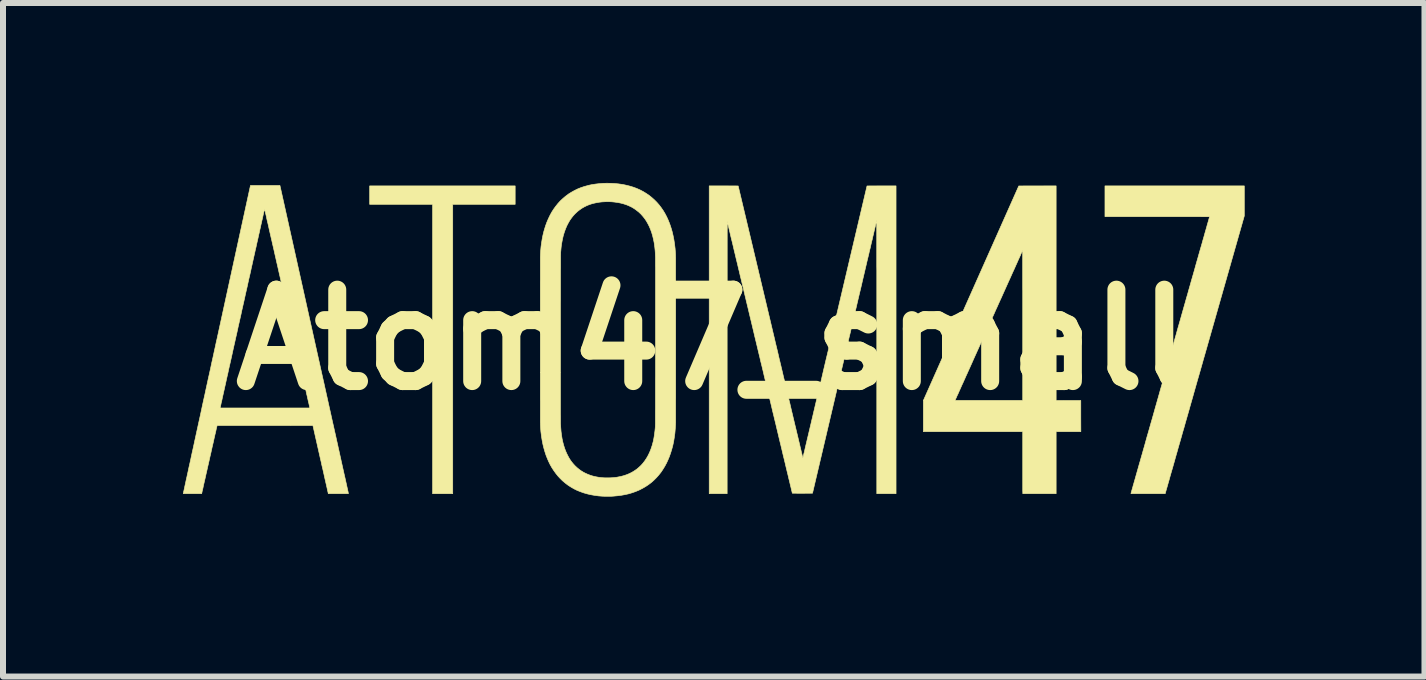
<source format=kicad_pcb>
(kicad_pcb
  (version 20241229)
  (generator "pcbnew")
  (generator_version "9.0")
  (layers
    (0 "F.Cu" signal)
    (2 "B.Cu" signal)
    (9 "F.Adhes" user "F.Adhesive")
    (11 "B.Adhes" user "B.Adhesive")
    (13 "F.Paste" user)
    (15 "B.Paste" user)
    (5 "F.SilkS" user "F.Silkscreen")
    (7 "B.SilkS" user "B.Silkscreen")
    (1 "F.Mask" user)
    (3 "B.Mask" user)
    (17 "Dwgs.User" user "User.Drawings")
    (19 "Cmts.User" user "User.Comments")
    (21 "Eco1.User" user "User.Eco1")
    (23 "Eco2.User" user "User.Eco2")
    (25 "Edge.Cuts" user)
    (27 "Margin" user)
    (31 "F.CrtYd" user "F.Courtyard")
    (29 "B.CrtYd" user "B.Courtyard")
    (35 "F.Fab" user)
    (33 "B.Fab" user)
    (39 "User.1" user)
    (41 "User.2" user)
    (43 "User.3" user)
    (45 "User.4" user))
  (footprint "Atom47_small"
    (layer "F.Cu")
    (at 8.85 2.614)
    (property "Reference" "Atom47_small" (at 0 0 0) (layer "F.SilkS") (effects (font (size 1.524 1.524) (thickness 0.3))))
    (attr through_hole)
    (fp_poly (pts (xy -3.311 -2.257) (xy -4.352 -2.257) (xy -4.352 2.567) (xy -4.688 2.567) (xy -4.688 -2.257) (xy -5.737 -2.257) (xy -5.737 -2.565) (xy -3.311 -2.565) (xy -3.311 -2.257)) (stroke (width 0.01) (type solid)) (fill yes) (layer "F.SilkS"))
    (fp_poly (pts (xy 5.708 1.012) (xy 5.913 1.013) (xy 6.119 1.013) (xy 6.119 1.273) (xy 6.12 1.533) (xy 5.708 1.533) (xy 5.708 2.567) (xy 5.43 2.567) (xy 5.399 2.567) (xy 5.369 2.567) (xy 5.339 2.567) (xy 5.311 2.567) (xy 5.285 2.567) (xy 5.261 2.567) (xy 5.238 2.567) (xy 5.218 2.567) (xy 5.2 2.567) (xy 5.184 2.567) (xy 5.172 2.566) (xy 5.162 2.566) (xy 5.155 2.566) (xy 5.152 2.566) (xy 5.152 2.566) (xy 5.152 2.564) (xy 5.152 2.559) (xy 5.152 2.55) (xy 5.152 2.538) (xy 5.151 2.523) (xy 5.151 2.505) (xy 5.151 2.485) (xy 5.151 2.461) (xy 5.151 2.436) (xy 5.151 2.408) (xy 5.151 2.377) (xy 5.151 2.345) (xy 5.151 2.311) (xy 5.151 2.275) (xy 5.151 2.238) (xy 5.151 2.199) (xy 5.151 2.158) (xy 5.151 2.117) (xy 5.151 2.074) (xy 5.151 2.049) (xy 5.151 1.533) (xy 3.494 1.533) (xy 3.494 1.013) (xy 3.495 1.012) (xy 4.022 1.012) (xy 5.151 1.012) (xy 5.151 -0.24) (xy 5.151 -0.309) (xy 5.151 -0.377) (xy 5.151 -0.443) (xy 5.151 -0.509) (xy 5.151 -0.573) (xy 5.151 -0.636) (xy 5.151 -0.697) (xy 5.151 -0.757) (xy 5.151 -0.815) (xy 5.15 -0.871) (xy 5.15 -0.925) (xy 5.15 -0.978) (xy 5.15 -1.028) (xy 5.15 -1.076) (xy 5.15 -1.122) (xy 5.15 -1.166) (xy 5.15 -1.208) (xy 5.15 -1.246) (xy 5.15 -1.283) (xy 5.15 -1.317) (xy 5.15 -1.348) (xy 5.15 -1.376) (xy 5.15 -1.401) (xy 5.15 -1.423) (xy 5.15 -1.443) (xy 5.149 -1.459) (xy 5.149 -1.471) (xy 5.149 -1.481) (xy 5.149 -1.487) (xy 5.149 -1.489) (xy 5.149 -1.49) (xy 5.148 -1.488) (xy 5.146 -1.483) (xy 5.142 -1.475) (xy 5.137 -1.464) (xy 5.131 -1.45) (xy 5.123 -1.433) (xy 5.115 -1.413) (xy 5.105 -1.391) (xy 5.094 -1.367) (xy 5.081 -1.339) (xy 5.068 -1.31) (xy 5.054 -1.278) (xy 5.039 -1.245) (xy 5.023 -1.209) (xy 5.006 -1.171) (xy 4.988 -1.132) (xy 4.969 -1.09) (xy 4.95 -1.047) (xy 4.93 -1.003) (xy 4.909 -0.957) (xy 4.888 -0.91) (xy 4.866 -0.861) (xy 4.844 -0.812) (xy 4.821 -0.761) (xy 4.798 -0.709) (xy 4.774 -0.657) (xy 4.75 -0.604) (xy 4.726 -0.55) (xy 4.701 -0.496) (xy 4.677 -0.441) (xy 4.652 -0.386) (xy 4.627 -0.33) (xy 4.602 -0.275) (xy 4.577 -0.219) (xy 4.552 -0.163) (xy 4.527 -0.108) (xy 4.502 -0.053) (xy 4.477 0.002) (xy 4.452 0.057) (xy 4.428 0.111) (xy 4.404 0.164) (xy 4.38 0.217) (xy 4.357 0.268) (xy 4.334 0.319) (xy 4.312 0.369) (xy 4.29 0.418) (xy 4.269 0.465) (xy 4.248 0.511) (xy 4.228 0.556) (xy 4.208 0.599) (xy 4.19 0.64) (xy 4.172 0.68) (xy 4.155 0.718) (xy 4.138 0.754) (xy 4.123 0.788) (xy 4.109 0.82) (xy 4.095 0.85) (xy 4.083 0.878) (xy 4.072 0.903) (xy 4.061 0.925) (xy 4.052 0.945) (xy 4.045 0.962) (xy 4.038 0.977) (xy 4.033 0.988) (xy 4.029 0.997) (xy 4.027 1.002) (xy 4.026 1.005) (xy 4.022 1.012) (xy 3.495 1.012) (xy 4.29 -0.776) (xy 5.085 -2.564) (xy 5.708 -2.565) (xy 5.708 1.012)) (stroke (width 0.01) (type solid)) (fill yes) (layer "F.SilkS"))
    (fp_poly (pts (xy 8.845 -2.064) (xy 8.189 0.239) (xy 8.163 0.329) (xy 8.138 0.418) (xy 8.113 0.506) (xy 8.088 0.593) (xy 8.063 0.679) (xy 8.039 0.764) (xy 8.015 0.848) (xy 7.992 0.93) (xy 7.969 1.011) (xy 7.946 1.091) (xy 7.924 1.17) (xy 7.902 1.247) (xy 7.88 1.323) (xy 7.859 1.397) (xy 7.839 1.469) (xy 7.818 1.539) (xy 7.799 1.608) (xy 7.78 1.675) (xy 7.761 1.74) (xy 7.743 1.803) (xy 7.726 1.864) (xy 7.709 1.923) (xy 7.693 1.979) (xy 7.678 2.034) (xy 7.663 2.086) (xy 7.649 2.136) (xy 7.635 2.183) (xy 7.622 2.228) (xy 7.61 2.27) (xy 7.599 2.309) (xy 7.589 2.346) (xy 7.579 2.38) (xy 7.57 2.412) (xy 7.562 2.44) (xy 7.555 2.465) (xy 7.548 2.488) (xy 7.543 2.507) (xy 7.538 2.523) (xy 7.535 2.536) (xy 7.532 2.546) (xy 7.53 2.552) (xy 7.529 2.555) (xy 7.529 2.555) (xy 7.526 2.567) (xy 7.24 2.567) (xy 7.201 2.567) (xy 7.165 2.567) (xy 7.133 2.567) (xy 7.104 2.567) (xy 7.078 2.567) (xy 7.055 2.567) (xy 7.035 2.567) (xy 7.018 2.567) (xy 7.002 2.567) (xy 6.99 2.567) (xy 6.979 2.566) (xy 6.971 2.566) (xy 6.964 2.566) (xy 6.96 2.566) (xy 6.957 2.565) (xy 6.955 2.565) (xy 6.955 2.565) (xy 6.955 2.563) (xy 6.957 2.558) (xy 6.959 2.549) (xy 6.963 2.537) (xy 6.967 2.522) (xy 6.972 2.504) (xy 6.978 2.483) (xy 6.985 2.459) (xy 6.992 2.432) (xy 7.001 2.402) (xy 7.01 2.37) (xy 7.02 2.335) (xy 7.031 2.297) (xy 7.042 2.257) (xy 7.054 2.215) (xy 7.067 2.17) (xy 7.08 2.123) (xy 7.094 2.074) (xy 7.109 2.023) (xy 7.124 1.969) (xy 7.14 1.914) (xy 7.156 1.857) (xy 7.173 1.798) (xy 7.19 1.738) (xy 7.207 1.676) (xy 7.225 1.612) (xy 7.244 1.547) (xy 7.263 1.481) (xy 7.282 1.413) (xy 7.302 1.344) (xy 7.322 1.274) (xy 7.342 1.203) (xy 7.362 1.131) (xy 7.383 1.058) (xy 7.404 0.984) (xy 7.425 0.91) (xy 7.446 0.834) (xy 7.468 0.759) (xy 7.49 0.682) (xy 7.512 0.606) (xy 7.533 0.528) (xy 7.555 0.451) (xy 7.577 0.373) (xy 7.6 0.296) (xy 7.622 0.218) (xy 7.644 0.14) (xy 7.666 0.063) (xy 7.688 -0.015) (xy 7.71 -0.092) (xy 7.731 -0.169) (xy 7.753 -0.245) (xy 7.775 -0.321) (xy 7.796 -0.396) (xy 7.817 -0.47) (xy 7.838 -0.544) (xy 7.859 -0.617) (xy 7.879 -0.689) (xy 7.9 -0.76) (xy 7.919 -0.83) (xy 7.939 -0.899) (xy 7.958 -0.967) (xy 7.977 -1.033) (xy 7.996 -1.099) (xy 8.014 -1.162) (xy 8.031 -1.224) (xy 8.048 -1.285) (xy 8.065 -1.343) (xy 8.081 -1.4) (xy 8.097 -1.456) (xy 8.112 -1.509) (xy 8.127 -1.56) (xy 8.141 -1.609) (xy 8.154 -1.656) (xy 8.167 -1.701) (xy 8.179 -1.743) (xy 8.19 -1.783) (xy 8.201 -1.821) (xy 8.211 -1.856) (xy 8.22 -1.888) (xy 8.228 -1.918) (xy 8.236 -1.945) (xy 8.243 -1.969) (xy 8.249 -1.99) (xy 8.254 -2.008) (xy 8.258 -2.023) (xy 8.261 -2.035) (xy 8.264 -2.044) (xy 8.265 -2.049) (xy 8.266 -2.051) (xy 8.266 -2.051) (xy 8.264 -2.051) (xy 8.259 -2.051) (xy 8.25 -2.051) (xy 8.238 -2.051) (xy 8.223 -2.051) (xy 8.205 -2.051) (xy 8.183 -2.051) (xy 8.159 -2.051) (xy 8.132 -2.051) (xy 8.103 -2.052) (xy 8.071 -2.052) (xy 8.037 -2.052) (xy 8 -2.052) (xy 7.961 -2.052) (xy 7.92 -2.052) (xy 7.877 -2.052) (xy 7.832 -2.052) (xy 7.786 -2.052) (xy 7.738 -2.052) (xy 7.688 -2.052) (xy 7.637 -2.052) (xy 7.584 -2.052) (xy 7.531 -2.052) (xy 7.476 -2.052) (xy 7.421 -2.052) (xy 6.522 -2.052) (xy 6.522 -2.565) (xy 8.845 -2.565) (xy 8.845 -2.064)) (stroke (width 0.01) (type solid)) (fill yes) (layer "F.SilkS"))
    (fp_poly (pts (xy 3.039 2.567) (xy 2.718 2.567) (xy 2.718 0.288) (xy 2.718 0.197) (xy 2.718 0.107) (xy 2.718 0.018) (xy 2.718 -0.07) (xy 2.718 -0.157) (xy 2.718 -0.243) (xy 2.718 -0.327) (xy 2.718 -0.411) (xy 2.718 -0.493) (xy 2.718 -0.573) (xy 2.718 -0.652) (xy 2.718 -0.73) (xy 2.718 -0.805) (xy 2.718 -0.88) (xy 2.718 -0.952) (xy 2.718 -1.023) (xy 2.718 -1.091) (xy 2.718 -1.158) (xy 2.717 -1.223) (xy 2.717 -1.285) (xy 2.717 -1.345) (xy 2.717 -1.404) (xy 2.717 -1.459) (xy 2.717 -1.513) (xy 2.717 -1.564) (xy 2.717 -1.612) (xy 2.717 -1.658) (xy 2.717 -1.701) (xy 2.717 -1.742) (xy 2.717 -1.779) (xy 2.717 -1.814) (xy 2.717 -1.846) (xy 2.717 -1.875) (xy 2.717 -1.901) (xy 2.717 -1.923) (xy 2.717 -1.943) (xy 2.717 -1.959) (xy 2.717 -1.972) (xy 2.717 -1.981) (xy 2.717 -1.987) (xy 2.717 -1.99) (xy 2.717 -1.99) (xy 2.716 -1.988) (xy 2.715 -1.983) (xy 2.713 -1.974) (xy 2.71 -1.962) (xy 2.706 -1.947) (xy 2.702 -1.928) (xy 2.697 -1.907) (xy 2.691 -1.882) (xy 2.684 -1.854) (xy 2.677 -1.824) (xy 2.669 -1.79) (xy 2.661 -1.754) (xy 2.651 -1.715) (xy 2.642 -1.673) (xy 2.631 -1.629) (xy 2.62 -1.582) (xy 2.609 -1.532) (xy 2.596 -1.481) (xy 2.584 -1.427) (xy 2.57 -1.37) (xy 2.556 -1.312) (xy 2.542 -1.251) (xy 2.527 -1.188) (xy 2.512 -1.123) (xy 2.496 -1.056) (xy 2.48 -0.988) (xy 2.464 -0.917) (xy 2.447 -0.845) (xy 2.429 -0.771) (xy 2.411 -0.695) (xy 2.393 -0.618) (xy 2.375 -0.54) (xy 2.356 -0.46) (xy 2.337 -0.378) (xy 2.317 -0.296) (xy 2.298 -0.212) (xy 2.278 -0.127) (xy 2.257 -0.041) (xy 2.237 0.047) (xy 2.216 0.135) (xy 2.195 0.224) (xy 2.181 0.285) (xy 1.646 2.559) (xy 1.479 2.56) (xy 1.454 2.56) (xy 1.431 2.56) (xy 1.409 2.56) (xy 1.388 2.56) (xy 1.37 2.559) (xy 1.353 2.559) (xy 1.339 2.559) (xy 1.327 2.559) (xy 1.318 2.559) (xy 1.312 2.559) (xy 1.31 2.559) (xy 1.31 2.559) (xy 1.309 2.557) (xy 1.308 2.552) (xy 1.306 2.543) (xy 1.303 2.531) (xy 1.299 2.516) (xy 1.295 2.497) (xy 1.29 2.476) (xy 1.284 2.451) (xy 1.277 2.423) (xy 1.27 2.393) (xy 1.262 2.359) (xy 1.253 2.323) (xy 1.244 2.284) (xy 1.234 2.242) (xy 1.223 2.198) (xy 1.212 2.151) (xy 1.2 2.102) (xy 1.188 2.05) (xy 1.175 1.996) (xy 1.161 1.94) (xy 1.147 1.881) (xy 1.133 1.821) (xy 1.118 1.758) (xy 1.102 1.693) (xy 1.086 1.626) (xy 1.07 1.558) (xy 1.053 1.487) (xy 1.036 1.415) (xy 1.018 1.341) (xy 1 1.266) (xy 0.981 1.189) (xy 0.963 1.111) (xy 0.944 1.031) (xy 0.924 0.949) (xy 0.904 0.867) (xy 0.884 0.783) (xy 0.864 0.698) (xy 0.843 0.612) (xy 0.823 0.525) (xy 0.802 0.437) (xy 0.78 0.349) (xy 0.768 0.295) (xy 0.746 0.205) (xy 0.725 0.117) (xy 0.704 0.029) (xy 0.683 -0.057) (xy 0.663 -0.143) (xy 0.643 -0.227) (xy 0.623 -0.311) (xy 0.603 -0.393) (xy 0.584 -0.473) (xy 0.565 -0.553) (xy 0.546 -0.631) (xy 0.528 -0.707) (xy 0.51 -0.782) (xy 0.493 -0.855) (xy 0.475 -0.927) (xy 0.459 -0.996) (xy 0.442 -1.064) (xy 0.427 -1.13) (xy 0.411 -1.194) (xy 0.397 -1.256) (xy 0.382 -1.316) (xy 0.368 -1.374) (xy 0.355 -1.43) (xy 0.342 -1.483) (xy 0.33 -1.534) (xy 0.319 -1.582) (xy 0.308 -1.628) (xy 0.297 -1.671) (xy 0.287 -1.712) (xy 0.278 -1.75) (xy 0.27 -1.785) (xy 0.262 -1.818) (xy 0.255 -1.847) (xy 0.249 -1.874) (xy 0.243 -1.897) (xy 0.238 -1.918) (xy 0.234 -1.935) (xy 0.231 -1.949) (xy 0.228 -1.96) (xy 0.226 -1.967) (xy 0.225 -1.971) (xy 0.225 -1.972) (xy 0.225 -1.971) (xy 0.225 -1.965) (xy 0.225 -1.957) (xy 0.225 -1.945) (xy 0.225 -1.929) (xy 0.225 -1.91) (xy 0.225 -1.888) (xy 0.225 -1.863) (xy 0.224 -1.834) (xy 0.224 -1.802) (xy 0.224 -1.768) (xy 0.224 -1.73) (xy 0.224 -1.689) (xy 0.224 -1.646) (xy 0.224 -1.599) (xy 0.224 -1.55) (xy 0.224 -1.498) (xy 0.224 -1.444) (xy 0.224 -1.387) (xy 0.224 -1.327) (xy 0.224 -1.265) (xy 0.224 -1.201) (xy 0.224 -1.134) (xy 0.224 -1.065) (xy 0.224 -0.993) (xy 0.224 -0.92) (xy 0.224 -0.844) (xy 0.224 -0.766) (xy 0.224 -0.686) (xy 0.223 -0.605) (xy 0.223 -0.521) (xy 0.223 -0.435) (xy 0.223 -0.348) (xy 0.223 -0.259) (xy 0.223 -0.168) (xy 0.223 -0.076) (xy 0.223 0.018) (xy 0.223 0.113) (xy 0.223 0.21) (xy 0.223 0.295) (xy 0.223 2.567) (xy -0.076 2.567) (xy -0.076 -2.565) (xy 0.165 -2.565) (xy 0.407 -2.564) (xy 0.945 -0.301) (xy 0.966 -0.212) (xy 0.987 -0.123) (xy 1.008 -0.036) (xy 1.028 0.051) (xy 1.049 0.137) (xy 1.069 0.221) (xy 1.088 0.305) (xy 1.108 0.387) (xy 1.127 0.467) (xy 1.146 0.547) (xy 1.164 0.625) (xy 1.183 0.701) (xy 1.2 0.776) (xy 1.218 0.849) (xy 1.235 0.921) (xy 1.251 0.991) (xy 1.268 1.059) (xy 1.283 1.125) (xy 1.298 1.189) (xy 1.313 1.251) (xy 1.327 1.311) (xy 1.341 1.369) (xy 1.354 1.424) (xy 1.367 1.477) (xy 1.379 1.528) (xy 1.391 1.577) (xy 1.402 1.623) (xy 1.412 1.666) (xy 1.422 1.707) (xy 1.431 1.745) (xy 1.439 1.78) (xy 1.447 1.813) (xy 1.454 1.842) (xy 1.46 1.869) (xy 1.466 1.893) (xy 1.471 1.913) (xy 1.475 1.93) (xy 1.478 1.945) (xy 1.481 1.955) (xy 1.483 1.963) (xy 1.483 1.967) (xy 1.484 1.968) (xy 1.485 1.97) (xy 1.485 1.971) (xy 1.486 1.969) (xy 1.487 1.963) (xy 1.488 1.963) (xy 1.488 1.961) (xy 1.489 1.955) (xy 1.491 1.946) (xy 1.494 1.934) (xy 1.498 1.918) (xy 1.502 1.9) (xy 1.508 1.878) (xy 1.514 1.853) (xy 1.52 1.825) (xy 1.527 1.794) (xy 1.535 1.76) (xy 1.544 1.723) (xy 1.553 1.684) (xy 1.563 1.642) (xy 1.574 1.597) (xy 1.585 1.55) (xy 1.597 1.5) (xy 1.609 1.448) (xy 1.622 1.394) (xy 1.635 1.337) (xy 1.649 1.279) (xy 1.663 1.218) (xy 1.678 1.155) (xy 1.693 1.09) (xy 1.709 1.023) (xy 1.725 0.954) (xy 1.742 0.883) (xy 1.759 0.811) (xy 1.777 0.737) (xy 1.795 0.661) (xy 1.813 0.584) (xy 1.831 0.505) (xy 1.85 0.425) (xy 1.869 0.344) (xy 1.889 0.261) (xy 1.909 0.177) (xy 1.929 0.092) (xy 1.949 0.006) (xy 1.97 -0.081) (xy 1.99 -0.169) (xy 2.011 -0.258) (xy 2.023 -0.306) (xy 2.555 -2.564) (xy 2.797 -2.565) (xy 3.039 -2.565) (xy 3.039 2.567)) (stroke (width 0.01) (type solid)) (fill yes) (layer "F.SilkS"))
    (fp_poly (pts (xy -6.662 -0.005) (xy -6.641 0.09) (xy -6.62 0.184) (xy -6.599 0.278) (xy -6.578 0.371) (xy -6.558 0.462) (xy -6.538 0.553) (xy -6.518 0.642) (xy -6.498 0.73) (xy -6.479 0.817) (xy -6.46 0.902) (xy -6.441 0.987) (xy -6.423 1.069) (xy -6.405 1.15) (xy -6.387 1.23) (xy -6.37 1.308) (xy -6.353 1.384) (xy -6.336 1.458) (xy -6.32 1.531) (xy -6.304 1.601) (xy -6.289 1.67) (xy -6.274 1.736) (xy -6.26 1.801) (xy -6.246 1.863) (xy -6.233 1.923) (xy -6.22 1.981) (xy -6.208 2.037) (xy -6.196 2.09) (xy -6.185 2.14) (xy -6.174 2.188) (xy -6.164 2.234) (xy -6.154 2.277) (xy -6.145 2.317) (xy -6.137 2.354) (xy -6.129 2.389) (xy -6.122 2.42) (xy -6.116 2.449) (xy -6.11 2.475) (xy -6.105 2.497) (xy -6.101 2.517) (xy -6.097 2.533) (xy -6.095 2.546) (xy -6.093 2.555) (xy -6.091 2.561) (xy -6.091 2.564) (xy -6.091 2.564) (xy -6.091 2.565) (xy -6.091 2.565) (xy -6.093 2.565) (xy -6.095 2.566) (xy -6.098 2.566) (xy -6.102 2.566) (xy -6.108 2.567) (xy -6.116 2.567) (xy -6.126 2.567) (xy -6.138 2.567) (xy -6.152 2.567) (xy -6.169 2.567) (xy -6.189 2.567) (xy -6.211 2.567) (xy -6.237 2.567) (xy -6.258 2.567) (xy -6.283 2.567) (xy -6.306 2.567) (xy -6.328 2.567) (xy -6.348 2.567) (xy -6.367 2.567) (xy -6.383 2.567) (xy -6.398 2.567) (xy -6.409 2.567) (xy -6.418 2.567) (xy -6.424 2.567) (xy -6.426 2.567) (xy -6.426 2.567) (xy -6.427 2.565) (xy -6.428 2.56) (xy -6.43 2.551) (xy -6.432 2.54) (xy -6.436 2.525) (xy -6.44 2.508) (xy -6.444 2.487) (xy -6.449 2.465) (xy -6.455 2.439) (xy -6.461 2.412) (xy -6.468 2.382) (xy -6.475 2.35) (xy -6.483 2.316) (xy -6.491 2.28) (xy -6.499 2.243) (xy -6.508 2.204) (xy -6.517 2.163) (xy -6.527 2.121) (xy -6.537 2.079) (xy -6.546 2.035) (xy -6.555 1.998) (xy -6.683 1.431) (xy -7.481 1.43) (xy -7.535 1.43) (xy -7.587 1.43) (xy -7.639 1.43) (xy -7.69 1.43) (xy -7.739 1.43) (xy -7.787 1.43) (xy -7.833 1.43) (xy -7.878 1.43) (xy -7.921 1.43) (xy -7.962 1.43) (xy -8.001 1.43) (xy -8.039 1.43) (xy -8.074 1.43) (xy -8.106 1.43) (xy -8.137 1.43) (xy -8.164 1.43) (xy -8.189 1.43) (xy -8.212 1.431) (xy -8.231 1.431) (xy -8.247 1.431) (xy -8.261 1.431) (xy -8.271 1.431) (xy -8.277 1.431) (xy -8.28 1.431) (xy -8.281 1.431) (xy -8.281 1.433) (xy -8.282 1.438) (xy -8.284 1.447) (xy -8.287 1.458) (xy -8.291 1.473) (xy -8.295 1.491) (xy -8.299 1.511) (xy -8.304 1.534) (xy -8.31 1.559) (xy -8.317 1.587) (xy -8.323 1.617) (xy -8.331 1.649) (xy -8.338 1.683) (xy -8.346 1.718) (xy -8.355 1.756) (xy -8.364 1.795) (xy -8.373 1.835) (xy -8.382 1.877) (xy -8.392 1.92) (xy -8.402 1.963) (xy -8.409 1.996) (xy -8.419 2.04) (xy -8.429 2.084) (xy -8.439 2.126) (xy -8.448 2.168) (xy -8.457 2.208) (xy -8.466 2.246) (xy -8.474 2.284) (xy -8.482 2.319) (xy -8.49 2.352) (xy -8.497 2.384) (xy -8.504 2.413) (xy -8.51 2.441) (xy -8.515 2.466) (xy -8.52 2.488) (xy -8.525 2.508) (xy -8.529 2.525) (xy -8.532 2.539) (xy -8.534 2.55) (xy -8.536 2.557) (xy -8.537 2.562) (xy -8.537 2.563) (xy -8.538 2.567) (xy -8.692 2.567) (xy -8.719 2.567) (xy -8.742 2.567) (xy -8.763 2.567) (xy -8.781 2.567) (xy -8.795 2.567) (xy -8.808 2.567) (xy -8.818 2.567) (xy -8.826 2.567) (xy -8.832 2.566) (xy -8.837 2.566) (xy -8.84 2.566) (xy -8.843 2.566) (xy -8.844 2.565) (xy -8.844 2.565) (xy -8.845 2.564) (xy -8.845 2.564) (xy -8.844 2.562) (xy -8.843 2.557) (xy -8.841 2.548) (xy -8.839 2.536) (xy -8.835 2.52) (xy -8.831 2.502) (xy -8.826 2.48) (xy -8.821 2.455) (xy -8.815 2.427) (xy -8.808 2.396) (xy -8.801 2.362) (xy -8.793 2.325) (xy -8.784 2.286) (xy -8.775 2.244) (xy -8.765 2.199) (xy -8.755 2.151) (xy -8.744 2.101) (xy -8.732 2.048) (xy -8.72 1.993) (xy -8.708 1.936) (xy -8.695 1.876) (xy -8.681 1.814) (xy -8.667 1.75) (xy -8.653 1.684) (xy -8.638 1.616) (xy -8.623 1.546) (xy -8.607 1.474) (xy -8.591 1.4) (xy -8.574 1.324) (xy -8.557 1.246) (xy -8.54 1.167) (xy -8.534 1.138) (xy -8.23 1.138) (xy -6.734 1.138) (xy -6.735 1.133) (xy -6.736 1.132) (xy -6.737 1.126) (xy -6.739 1.117) (xy -6.742 1.105) (xy -6.745 1.09) (xy -6.749 1.071) (xy -6.754 1.05) (xy -6.76 1.025) (xy -6.766 0.998) (xy -6.773 0.968) (xy -6.78 0.935) (xy -6.789 0.899) (xy -6.797 0.86) (xy -6.807 0.82) (xy -6.816 0.776) (xy -6.827 0.731) (xy -6.838 0.683) (xy -6.849 0.632) (xy -6.861 0.58) (xy -6.873 0.526) (xy -6.886 0.469) (xy -6.899 0.411) (xy -6.913 0.351) (xy -6.927 0.289) (xy -6.942 0.225) (xy -6.956 0.16) (xy -6.972 0.094) (xy -6.987 0.025) (xy -7.003 -0.044) (xy -7.019 -0.115) (xy -7.035 -0.187) (xy -7.052 -0.26) (xy -7.069 -0.334) (xy -7.086 -0.409) (xy -7.103 -0.485) (xy -7.112 -0.525) (xy -7.13 -0.602) (xy -7.147 -0.677) (xy -7.164 -0.752) (xy -7.18 -0.826) (xy -7.197 -0.898) (xy -7.213 -0.969) (xy -7.229 -1.039) (xy -7.245 -1.108) (xy -7.26 -1.176) (xy -7.275 -1.242) (xy -7.29 -1.306) (xy -7.304 -1.369) (xy -7.318 -1.43) (xy -7.331 -1.489) (xy -7.344 -1.546) (xy -7.357 -1.601) (xy -7.369 -1.655) (xy -7.381 -1.706) (xy -7.392 -1.755) (xy -7.403 -1.802) (xy -7.413 -1.846) (xy -7.422 -1.888) (xy -7.431 -1.928) (xy -7.44 -1.965) (xy -7.448 -1.999) (xy -7.455 -2.031) (xy -7.461 -2.06) (xy -7.467 -2.086) (xy -7.473 -2.109) (xy -7.477 -2.129) (xy -7.481 -2.146) (xy -7.484 -2.159) (xy -7.487 -2.17) (xy -7.488 -2.177) (xy -7.489 -2.181) (xy -7.489 -2.181) (xy -7.49 -2.179) (xy -7.491 -2.174) (xy -7.493 -2.166) (xy -7.495 -2.154) (xy -7.499 -2.139) (xy -7.503 -2.121) (xy -7.508 -2.1) (xy -7.513 -2.076) (xy -7.519 -2.049) (xy -7.525 -2.02) (xy -7.533 -1.988) (xy -7.54 -1.954) (xy -7.549 -1.917) (xy -7.557 -1.878) (xy -7.567 -1.836) (xy -7.576 -1.793) (xy -7.587 -1.747) (xy -7.597 -1.7) (xy -7.608 -1.651) (xy -7.62 -1.599) (xy -7.631 -1.547) (xy -7.644 -1.493) (xy -7.656 -1.437) (xy -7.669 -1.38) (xy -7.682 -1.321) (xy -7.695 -1.262) (xy -7.709 -1.201) (xy -7.722 -1.139) (xy -7.736 -1.077) (xy -7.751 -1.014) (xy -7.765 -0.95) (xy -7.779 -0.885) (xy -7.794 -0.82) (xy -7.809 -0.754) (xy -7.823 -0.688) (xy -7.838 -0.622) (xy -7.853 -0.556) (xy -7.868 -0.49) (xy -7.882 -0.423) (xy -7.897 -0.357) (xy -7.912 -0.291) (xy -7.927 -0.226) (xy -7.941 -0.16) (xy -7.955 -0.096) (xy -7.97 -0.032) (xy -7.984 0.032) (xy -7.998 0.094) (xy -8.012 0.156) (xy -8.025 0.216) (xy -8.038 0.276) (xy -8.051 0.334) (xy -8.064 0.391) (xy -8.077 0.447) (xy -8.089 0.501) (xy -8.1 0.554) (xy -8.112 0.605) (xy -8.123 0.654) (xy -8.133 0.701) (xy -8.143 0.747) (xy -8.153 0.79) (xy -8.162 0.832) (xy -8.171 0.871) (xy -8.179 0.907) (xy -8.187 0.942) (xy -8.194 0.974) (xy -8.2 1.003) (xy -8.206 1.03) (xy -8.212 1.053) (xy -8.216 1.074) (xy -8.22 1.092) (xy -8.223 1.107) (xy -8.226 1.119) (xy -8.228 1.127) (xy -8.229 1.132) (xy -8.229 1.133) (xy -8.23 1.138) (xy -8.534 1.138) (xy -8.523 1.086) (xy -8.505 1.004) (xy -8.486 0.92) (xy -8.468 0.835) (xy -8.449 0.748) (xy -8.43 0.66) (xy -8.41 0.571) (xy -8.39 0.481) (xy -8.371 0.39) (xy -8.35 0.297) (xy -8.33 0.204) (xy -8.309 0.109) (xy -8.289 0.014) (xy -8.284 -0.005) (xy -7.724 -2.572) (xy -7.233 -2.572) (xy -6.662 -0.005)) (stroke (width 0.01) (type solid)) (fill yes) (layer "F.SilkS"))
    (fp_poly (pts (xy -1.722 -2.608) (xy -1.658 -2.605) (xy -1.594 -2.599) (xy -1.586 -2.598) (xy -1.521 -2.589) (xy -1.459 -2.576) (xy -1.399 -2.561) (xy -1.34 -2.543) (xy -1.284 -2.522) (xy -1.23 -2.498) (xy -1.178 -2.471) (xy -1.129 -2.441) (xy -1.081 -2.409) (xy -1.036 -2.373) (xy -0.993 -2.335) (xy -0.952 -2.294) (xy -0.914 -2.251) (xy -0.878 -2.204) (xy -0.844 -2.155) (xy -0.814 -2.105) (xy -0.785 -2.05) (xy -0.759 -1.993) (xy -0.735 -1.933) (xy -0.714 -1.871) (xy -0.695 -1.807) (xy -0.679 -1.74) (xy -0.665 -1.67) (xy -0.654 -1.598) (xy -0.645 -1.524) (xy -0.639 -1.446) (xy -0.637 -1.407) (xy -0.637 -1.403) (xy -0.637 -1.395) (xy -0.637 -1.384) (xy -0.636 -1.369) (xy -0.636 -1.351) (xy -0.636 -1.331) (xy -0.636 -1.307) (xy -0.636 -1.28) (xy -0.636 -1.251) (xy -0.636 -1.219) (xy -0.636 -1.184) (xy -0.636 -1.147) (xy -0.636 -1.108) (xy -0.636 -1.067) (xy -0.636 -1.023) (xy -0.635 -0.978) (xy -0.635 -0.93) (xy -0.635 -0.881) (xy -0.635 -0.83) (xy -0.635 -0.778) (xy -0.635 -0.724) (xy -0.635 -0.669) (xy -0.635 -0.612) (xy -0.635 -0.555) (xy -0.635 -0.496) (xy -0.635 -0.437) (xy -0.635 -0.377) (xy -0.635 -0.316) (xy -0.635 -0.255) (xy -0.635 -0.193) (xy -0.635 -0.131) (xy -0.635 -0.068) (xy -0.635 -0.006) (xy -0.635 0.057) (xy -0.635 0.119) (xy -0.635 0.181) (xy -0.635 0.243) (xy -0.635 0.305) (xy -0.635 0.366) (xy -0.635 0.426) (xy -0.635 0.486) (xy -0.635 0.544) (xy -0.635 0.602) (xy -0.635 0.659) (xy -0.635 0.714) (xy -0.635 0.768) (xy -0.635 0.821) (xy -0.635 0.872) (xy -0.635 0.922) (xy -0.635 0.969) (xy -0.636 1.015) (xy -0.636 1.059) (xy -0.636 1.101) (xy -0.636 1.141) (xy -0.636 1.179) (xy -0.636 1.214) (xy -0.636 1.246) (xy -0.636 1.276) (xy -0.636 1.303) (xy -0.636 1.328) (xy -0.636 1.349) (xy -0.636 1.367) (xy -0.636 1.383) (xy -0.637 1.395) (xy -0.637 1.403) (xy -0.637 1.408) (xy -0.637 1.409) (xy -0.642 1.485) (xy -0.648 1.558) (xy -0.658 1.629) (xy -0.669 1.698) (xy -0.683 1.763) (xy -0.7 1.827) (xy -0.719 1.888) (xy -0.74 1.948) (xy -0.764 2.005) (xy -0.788 2.057) (xy -0.817 2.111) (xy -0.849 2.163) (xy -0.882 2.212) (xy -0.919 2.258) (xy -0.957 2.301) (xy -0.998 2.342) (xy -1.041 2.38) (xy -1.087 2.415) (xy -1.135 2.447) (xy -1.185 2.476) (xy -1.237 2.503) (xy -1.257 2.512) (xy -1.311 2.534) (xy -1.366 2.553) (xy -1.424 2.57) (xy -1.483 2.583) (xy -1.545 2.594) (xy -1.609 2.602) (xy -1.676 2.608) (xy -1.692 2.609) (xy -1.707 2.61) (xy -1.725 2.61) (xy -1.745 2.61) (xy -1.766 2.61) (xy -1.787 2.61) (xy -1.808 2.61) (xy -1.827 2.61) (xy -1.845 2.609) (xy -1.854 2.609) (xy -1.921 2.604) (xy -1.986 2.595) (xy -2.049 2.584) (xy -2.11 2.57) (xy -2.169 2.553) (xy -2.225 2.533) (xy -2.28 2.511) (xy -2.332 2.485) (xy -2.382 2.456) (xy -2.43 2.425) (xy -2.476 2.39) (xy -2.52 2.353) (xy -2.558 2.316) (xy -2.597 2.274) (xy -2.633 2.229) (xy -2.667 2.182) (xy -2.699 2.133) (xy -2.728 2.082) (xy -2.755 2.027) (xy -2.779 1.97) (xy -2.795 1.93) (xy -2.815 1.869) (xy -2.833 1.807) (xy -2.849 1.742) (xy -2.862 1.675) (xy -2.873 1.606) (xy -2.882 1.534) (xy -2.888 1.459) (xy -2.89 1.416) (xy -2.89 1.412) (xy -2.89 1.404) (xy -2.89 1.393) (xy -2.891 1.379) (xy -2.891 1.361) (xy -2.891 1.34) (xy -2.891 1.317) (xy -2.891 1.29) (xy -2.891 1.261) (xy -2.891 1.229) (xy -2.891 1.195) (xy -2.891 1.158) (xy -2.891 1.119) (xy -2.891 1.077) (xy -2.891 1.034) (xy -2.892 0.988) (xy -2.892 0.941) (xy -2.892 0.892) (xy -2.892 0.841) (xy -2.892 0.789) (xy -2.892 0.735) (xy -2.892 0.68) (xy -2.892 0.623) (xy -2.892 0.566) (xy -2.892 0.507) (xy -2.892 0.491) (xy -2.556 0.491) (xy -2.556 0.55) (xy -2.556 0.607) (xy -2.556 0.664) (xy -2.556 0.719) (xy -2.556 0.772) (xy -2.556 0.825) (xy -2.556 0.875) (xy -2.556 0.924) (xy -2.556 0.972) (xy -2.556 1.017) (xy -2.556 1.061) (xy -2.556 1.102) (xy -2.556 1.141) (xy -2.556 1.178) (xy -2.556 1.212) (xy -2.556 1.244) (xy -2.555 1.274) (xy -2.555 1.3) (xy -2.555 1.324) (xy -2.555 1.345) (xy -2.555 1.362) (xy -2.555 1.377) (xy -2.555 1.388) (xy -2.555 1.396) (xy -2.555 1.399) (xy -2.551 1.466) (xy -2.546 1.53) (xy -2.538 1.591) (xy -2.529 1.649) (xy -2.517 1.705) (xy -2.503 1.758) (xy -2.487 1.809) (xy -2.469 1.857) (xy -2.448 1.904) (xy -2.437 1.926) (xy -2.417 1.964) (xy -2.395 2) (xy -2.372 2.033) (xy -2.346 2.065) (xy -2.319 2.095) (xy -2.308 2.106) (xy -2.276 2.136) (xy -2.243 2.163) (xy -2.209 2.187) (xy -2.173 2.209) (xy -2.144 2.224) (xy -2.102 2.243) (xy -2.058 2.26) (xy -2.012 2.274) (xy -1.964 2.285) (xy -1.914 2.294) (xy -1.862 2.3) (xy -1.809 2.303) (xy -1.755 2.303) (xy -1.721 2.302) (xy -1.688 2.3) (xy -1.657 2.297) (xy -1.627 2.294) (xy -1.604 2.29) (xy -1.552 2.28) (xy -1.502 2.267) (xy -1.454 2.251) (xy -1.408 2.232) (xy -1.364 2.21) (xy -1.323 2.185) (xy -1.284 2.158) (xy -1.247 2.127) (xy -1.212 2.094) (xy -1.18 2.058) (xy -1.15 2.019) (xy -1.122 1.977) (xy -1.096 1.932) (xy -1.073 1.885) (xy -1.052 1.835) (xy -1.04 1.801) (xy -1.028 1.765) (xy -1.018 1.728) (xy -1.008 1.691) (xy -1 1.651) (xy -0.993 1.61) (xy -0.987 1.567) (xy -0.981 1.521) (xy -0.976 1.472) (xy -0.974 1.441) (xy -0.974 1.438) (xy -0.974 1.431) (xy -0.974 1.42) (xy -0.973 1.406) (xy -0.973 1.389) (xy -0.973 1.369) (xy -0.973 1.346) (xy -0.973 1.32) (xy -0.973 1.291) (xy -0.973 1.26) (xy -0.973 1.226) (xy -0.973 1.19) (xy -0.972 1.151) (xy -0.972 1.11) (xy -0.972 1.067) (xy -0.972 1.022) (xy -0.972 0.975) (xy -0.972 0.927) (xy -0.972 0.876) (xy -0.972 0.824) (xy -0.972 0.771) (xy -0.972 0.716) (xy -0.972 0.66) (xy -0.971 0.603) (xy -0.971 0.545) (xy -0.971 0.486) (xy -0.971 0.426) (xy -0.971 0.366) (xy -0.971 0.305) (xy -0.971 0.243) (xy -0.971 0.181) (xy -0.971 0.119) (xy -0.971 0.057) (xy -0.971 -0.006) (xy -0.971 -0.068) (xy -0.971 -0.13) (xy -0.971 -0.192) (xy -0.971 -0.254) (xy -0.971 -0.315) (xy -0.971 -0.375) (xy -0.971 -0.435) (xy -0.971 -0.494) (xy -0.971 -0.551) (xy -0.971 -0.608) (xy -0.971 -0.664) (xy -0.971 -0.719) (xy -0.971 -0.772) (xy -0.971 -0.823) (xy -0.971 -0.873) (xy -0.971 -0.922) (xy -0.971 -0.968) (xy -0.971 -1.013) (xy -0.971 -1.055) (xy -0.971 -1.096) (xy -0.971 -1.134) (xy -0.971 -1.17) (xy -0.971 -1.203) (xy -0.972 -1.234) (xy -0.972 -1.263) (xy -0.972 -1.288) (xy -0.972 -1.31) (xy -0.972 -1.33) (xy -0.972 -1.346) (xy -0.972 -1.36) (xy -0.972 -1.37) (xy -0.972 -1.376) (xy -0.972 -1.376) (xy -0.974 -1.413) (xy -0.975 -1.448) (xy -0.977 -1.48) (xy -0.98 -1.51) (xy -0.983 -1.539) (xy -0.987 -1.568) (xy -0.991 -1.597) (xy -0.993 -1.613) (xy -1.005 -1.673) (xy -1.019 -1.731) (xy -1.035 -1.786) (xy -1.054 -1.838) (xy -1.075 -1.888) (xy -1.099 -1.935) (xy -1.124 -1.979) (xy -1.152 -2.02) (xy -1.183 -2.059) (xy -1.215 -2.095) (xy -1.25 -2.128) (xy -1.288 -2.158) (xy -1.327 -2.186) (xy -1.369 -2.211) (xy -1.413 -2.232) (xy -1.423 -2.237) (xy -1.465 -2.253) (xy -1.509 -2.267) (xy -1.556 -2.279) (xy -1.604 -2.288) (xy -1.654 -2.295) (xy -1.705 -2.3) (xy -1.757 -2.302) (xy -1.81 -2.301) (xy -1.863 -2.298) (xy -1.915 -2.292) (xy -1.918 -2.291) (xy -1.969 -2.282) (xy -2.018 -2.271) (xy -2.066 -2.256) (xy -2.112 -2.238) (xy -2.155 -2.217) (xy -2.197 -2.193) (xy -2.236 -2.166) (xy -2.273 -2.137) (xy -2.308 -2.104) (xy -2.309 -2.104) (xy -2.342 -2.068) (xy -2.372 -2.03) (xy -2.401 -1.989) (xy -2.426 -1.945) (xy -2.45 -1.899) (xy -2.471 -1.849) (xy -2.49 -1.797) (xy -2.507 -1.742) (xy -2.521 -1.685) (xy -2.521 -1.685) (xy -2.526 -1.658) (xy -2.531 -1.631) (xy -2.536 -1.604) (xy -2.54 -1.577) (xy -2.544 -1.547) (xy -2.547 -1.516) (xy -2.55 -1.481) (xy -2.553 -1.448) (xy -2.553 -1.444) (xy -2.553 -1.437) (xy -2.553 -1.427) (xy -2.554 -1.413) (xy -2.554 -1.396) (xy -2.554 -1.376) (xy -2.554 -1.353) (xy -2.554 -1.327) (xy -2.554 -1.299) (xy -2.554 -1.267) (xy -2.554 -1.233) (xy -2.554 -1.197) (xy -2.555 -1.159) (xy -2.555 -1.118) (xy -2.555 -1.075) (xy -2.555 -1.03) (xy -2.555 -0.983) (xy -2.555 -0.934) (xy -2.555 -0.884) (xy -2.555 -0.832) (xy -2.555 -0.778) (xy -2.555 -0.724) (xy -2.555 -0.668) (xy -2.556 -0.61) (xy -2.556 -0.552) (xy -2.556 -0.493) (xy -2.556 -0.433) (xy -2.556 -0.373) (xy -2.556 -0.311) (xy -2.556 -0.249) (xy -2.556 -0.187) (xy -2.556 -0.125) (xy -2.556 -0.062) (xy -2.556 0.000464) (xy -2.556 0.063) (xy -2.556 0.126) (xy -2.556 0.188) (xy -2.556 0.25) (xy -2.556 0.311) (xy -2.556 0.372) (xy -2.556 0.432) (xy -2.556 0.491) (xy -2.892 0.491) (xy -2.892 0.448) (xy -2.892 0.388) (xy -2.892 0.327) (xy -2.892 0.265) (xy -2.892 0.203) (xy -2.892 0.141) (xy -2.892 0.079) (xy -2.892 0.016) (xy -2.892 -0.047) (xy -2.892 -0.109) (xy -2.892 -0.172) (xy -2.892 -0.234) (xy -2.892 -0.295) (xy -2.892 -0.357) (xy -2.892 -0.417) (xy -2.892 -0.477) (xy -2.892 -0.536) (xy -2.892 -0.594) (xy -2.892 -0.651) (xy -2.892 -0.706) (xy -2.892 -0.761) (xy -2.892 -0.814) (xy -2.892 -0.866) (xy -2.892 -0.916) (xy -2.892 -0.964) (xy -2.891 -1.01) (xy -2.891 -1.055) (xy -2.891 -1.097) (xy -2.891 -1.137) (xy -2.891 -1.175) (xy -2.891 -1.211) (xy -2.891 -1.244) (xy -2.891 -1.275) (xy -2.891 -1.303) (xy -2.891 -1.328) (xy -2.891 -1.35) (xy -2.891 -1.369) (xy -2.891 -1.385) (xy -2.89 -1.397) (xy -2.89 -1.407) (xy -2.89 -1.413) (xy -2.89 -1.414) (xy -2.886 -1.484) (xy -2.88 -1.551) (xy -2.871 -1.616) (xy -2.861 -1.678) (xy -2.849 -1.739) (xy -2.835 -1.798) (xy -2.818 -1.856) (xy -2.804 -1.901) (xy -2.782 -1.961) (xy -2.757 -2.019) (xy -2.73 -2.075) (xy -2.701 -2.128) (xy -2.669 -2.178) (xy -2.634 -2.226) (xy -2.598 -2.271) (xy -2.559 -2.314) (xy -2.517 -2.353) (xy -2.474 -2.39) (xy -2.428 -2.424) (xy -2.421 -2.43) (xy -2.372 -2.46) (xy -2.322 -2.488) (xy -2.269 -2.514) (xy -2.214 -2.536) (xy -2.157 -2.555) (xy -2.098 -2.571) (xy -2.089 -2.574) (xy -2.032 -2.586) (xy -1.973 -2.595) (xy -1.912 -2.602) (xy -1.849 -2.607) (xy -1.786 -2.609) (xy -1.722 -2.608)) (stroke (width 0.01) (type solid)) (fill yes) (layer "F.SilkS")))
  (gr_rect
    (start -3 -3)
    (end 20.699 8.229)
    (stroke (width 0.1) (type default))
    (fill no)
    (layer "Edge.Cuts")))
</source>
